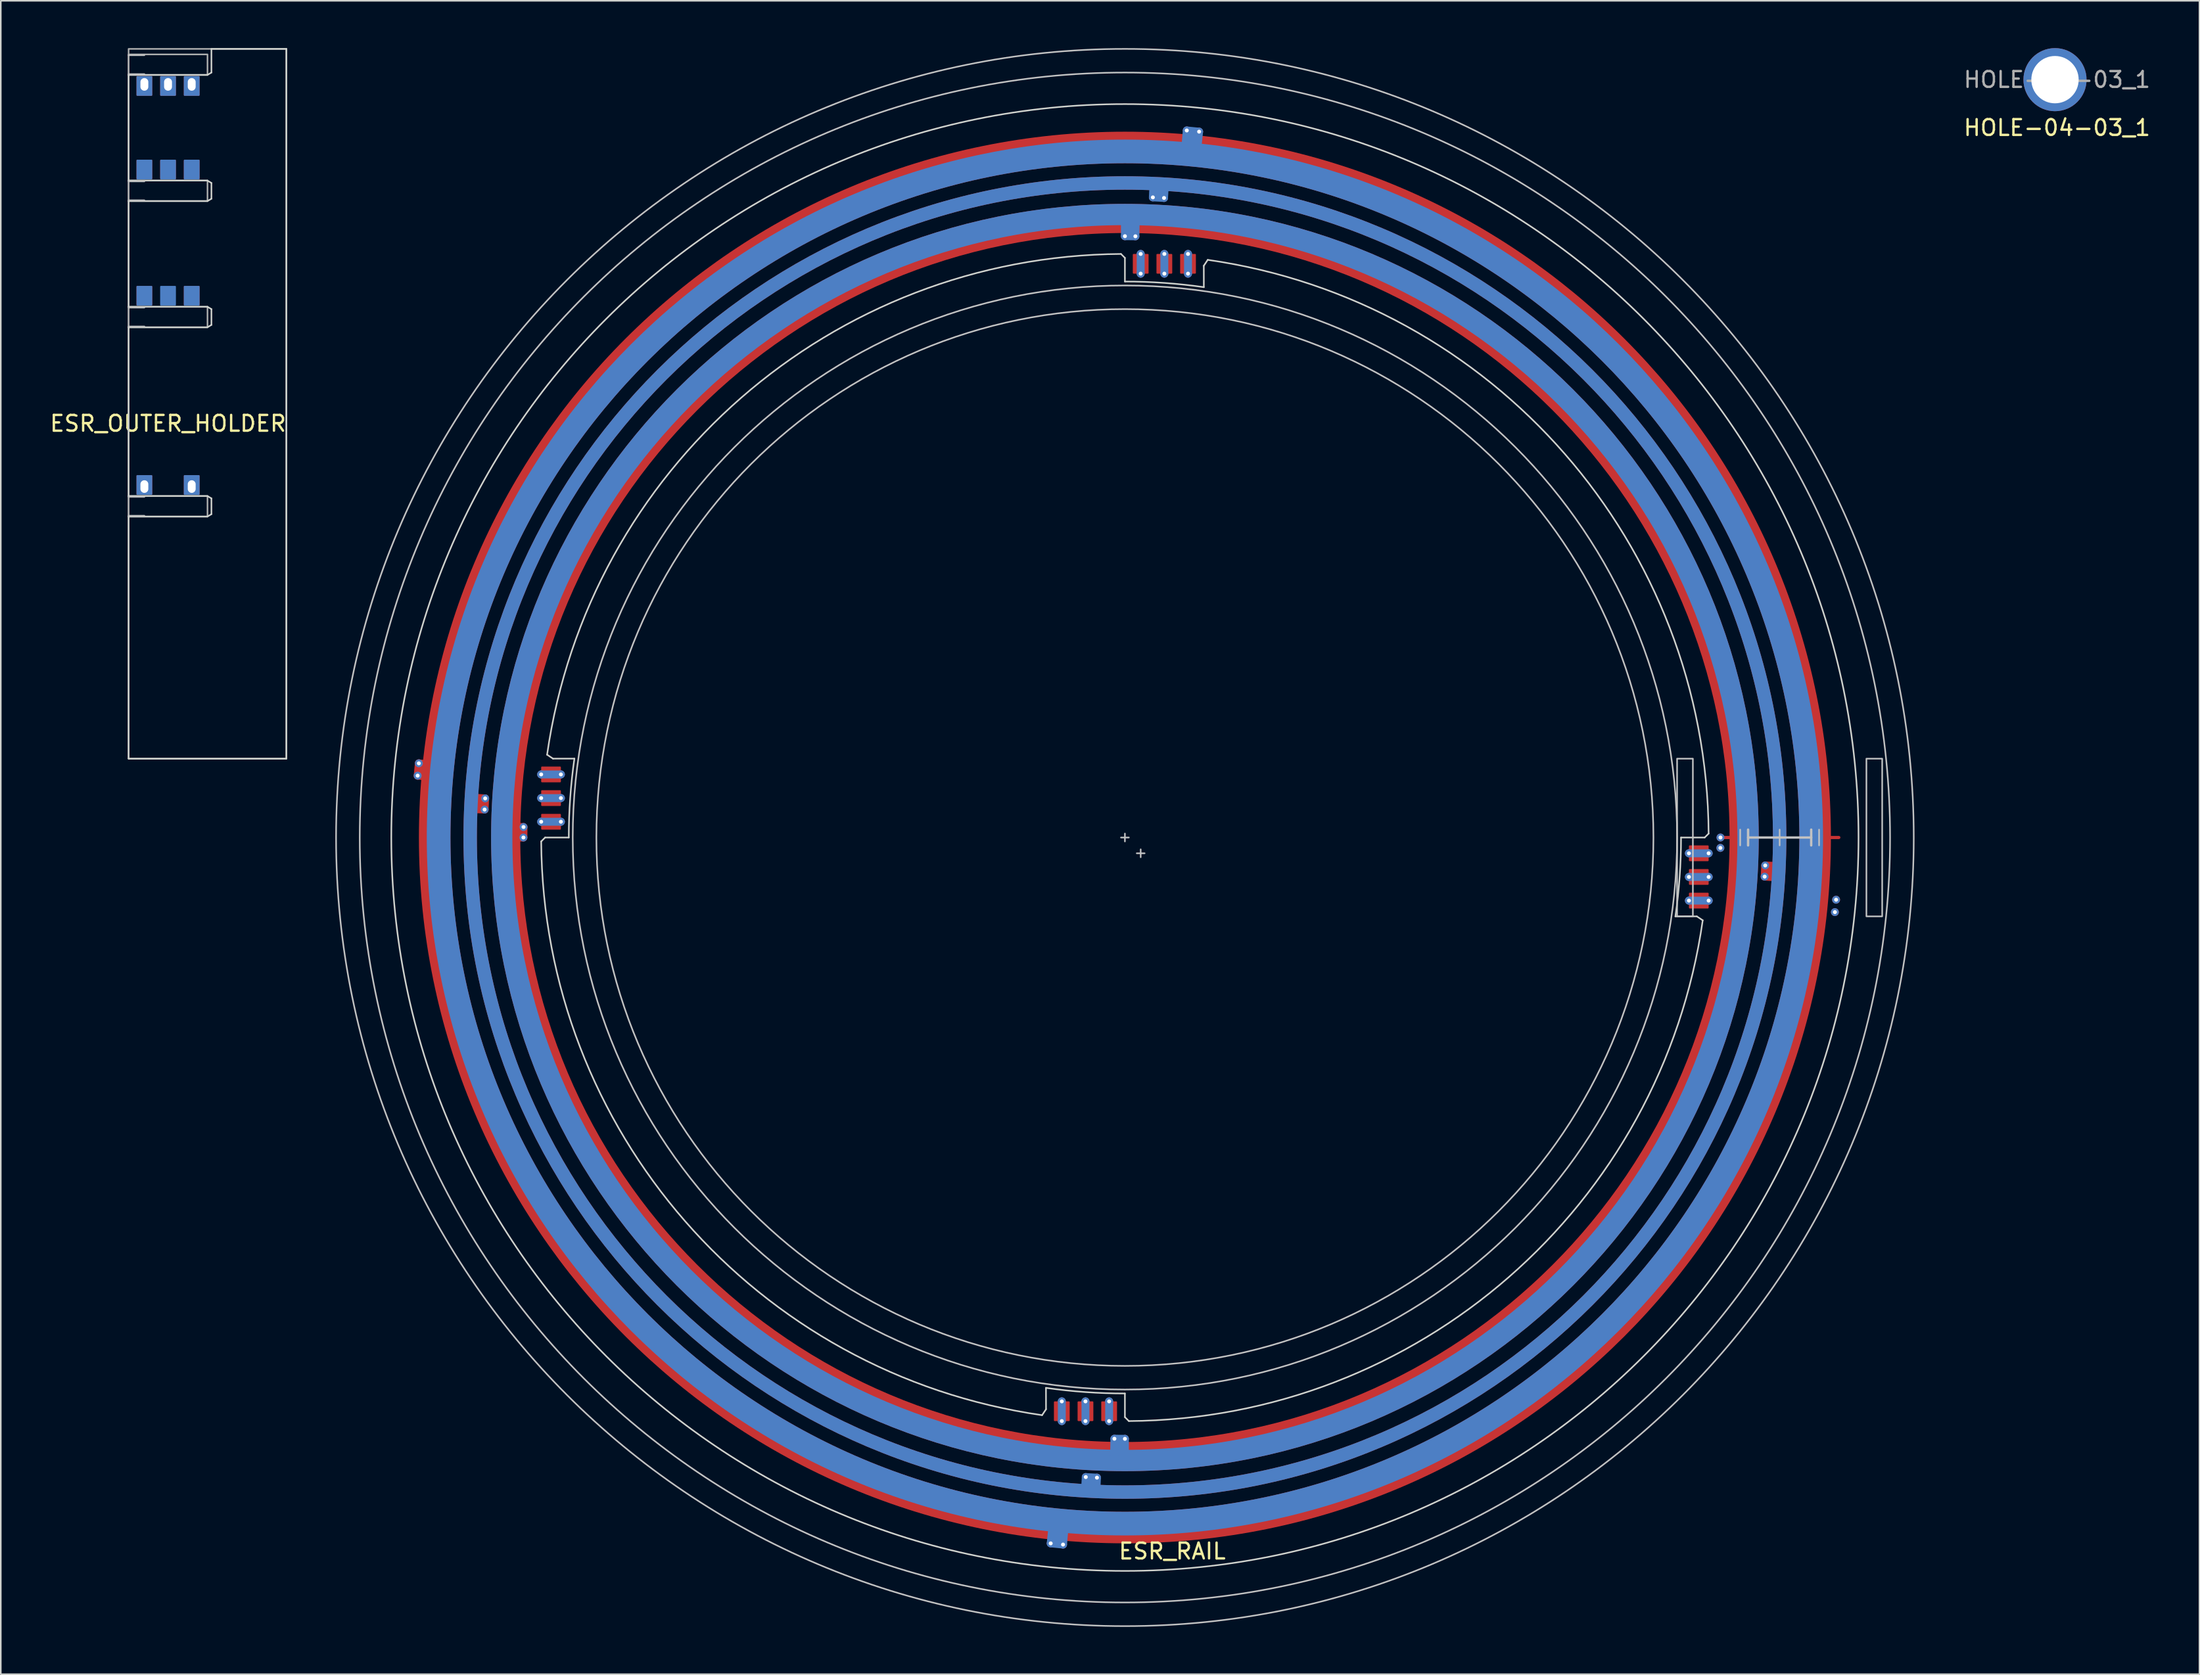
<source format=kicad_pcb>
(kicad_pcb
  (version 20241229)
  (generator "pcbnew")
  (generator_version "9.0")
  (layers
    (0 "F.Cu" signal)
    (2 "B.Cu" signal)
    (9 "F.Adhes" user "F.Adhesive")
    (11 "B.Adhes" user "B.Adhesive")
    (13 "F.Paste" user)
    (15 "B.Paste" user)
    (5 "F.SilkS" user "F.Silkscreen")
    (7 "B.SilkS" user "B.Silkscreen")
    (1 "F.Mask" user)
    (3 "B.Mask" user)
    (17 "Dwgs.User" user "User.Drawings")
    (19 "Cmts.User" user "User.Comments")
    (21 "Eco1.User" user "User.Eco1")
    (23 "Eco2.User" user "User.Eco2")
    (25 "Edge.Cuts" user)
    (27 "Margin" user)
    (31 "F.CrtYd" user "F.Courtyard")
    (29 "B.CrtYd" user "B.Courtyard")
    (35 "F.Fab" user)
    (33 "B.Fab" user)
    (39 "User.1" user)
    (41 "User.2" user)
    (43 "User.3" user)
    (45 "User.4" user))
  (footprint "HOLE-04-03_1"
    (layer "F.Cu")
    (at 127.332 2)
    (property "Reference" "HOLE-04-03_1" (at 0 3.048 0) (unlocked yes) (layer "F.SilkS") (effects (font (size 1 1) (thickness 0.15))))
    (attr smd)
    (fp_line (start -0.254 0) (end 0.254 0) (stroke (width 0.1) (type solid)) (layer "Dwgs.User"))
    (fp_line (start 0 -0.254) (end 0 0.254) (stroke (width 0.1) (type solid)) (layer "Dwgs.User"))
    (fp_text user "${REFERENCE}" (at 0 0 0) (unlocked yes) (layer "F.Fab") (effects (font (size 1 1) (thickness 0.15))))
    (pad "1" thru_hole circle (at -0.127 0) (size 4 4) (drill 3) (layers "*.Cu" "*.Mask")))
  (footprint "ESR_RAIL"
    (layer "F.Cu")
    (at 68.252 50.05)
    (property "Reference" "ESR_RAIL" (at 3 45.25 0) (unlocked yes) (layer "F.SilkS") (effects (font (size 1 1) (thickness 0.15))))
    (attr through_hole)
    (fp_line (start 37.75 0) (end 39.25 0) (stroke (width 0.2) (type solid)) (layer "F.Cu"))
    (fp_line (start 45.25 0) (end 43.75 0) (stroke (width 0.2) (type solid)) (layer "F.Cu"))
    (fp_circle (center 0 0) (end 39.25 0) (stroke (width 1.85) (type solid)) (fill no) (layer "F.Cu"))
    (fp_circle (center 0 0) (end 41.5 0) (stroke (width 0.85) (type solid)) (fill no) (layer "F.Cu"))
    (fp_circle (center 0 0) (end 43.75 0) (stroke (width 2) (type solid)) (fill no) (layer "F.Cu"))
    (fp_poly (pts (xy -44.829 -3.922) (xy -44.753 -4.704) (xy -43.262 -4.547) (xy -43.334 -3.791)) (stroke (width 0.5) (type solid)) (fill yes) (layer "F.Cu"))
    (fp_poly (pts (xy -41.461 -1.81) (xy -41.423 -2.534) (xy -40.549 -2.48) (xy -40.586 -1.772)) (stroke (width 0.5) (type solid)) (fill yes) (layer "F.Cu"))
    (fp_poly (pts (xy -39.494 -0.689) (xy -38.119 -0.665) (xy -38.125 0) (xy -39.5 0)) (stroke (width 0.5) (type solid)) (fill yes) (layer "F.Cu"))
    (fp_poly (pts (xy 41.461 1.81) (xy 41.423 2.534) (xy 40.549 2.48) (xy 40.586 1.772)) (stroke (width 0.5) (type solid)) (fill yes) (layer "F.Cu"))
    (fp_circle (center 0 0) (end 39.5 0) (stroke (width 1.35) (type solid)) (fill no) (layer "F.Mask"))
    (fp_circle (center 0 0) (end 41.5 0) (stroke (width 0.85) (type solid)) (fill no) (layer "F.Mask"))
    (fp_circle (center 0 0) (end 43.5 0) (stroke (width 1.5) (type solid)) (fill no) (layer "F.Mask"))
    (fp_line (start -35.75 -4) (end -37 -4) (stroke (width 0.5) (type solid)) (layer "B.Cu"))
    (fp_line (start -35.75 -2.5) (end -37 -2.5) (stroke (width 0.5) (type solid)) (layer "B.Cu"))
    (fp_line (start -35.75 -1) (end -37 -1) (stroke (width 0.5) (type solid)) (layer "B.Cu"))
    (fp_line (start -4 35.75) (end -4 37) (stroke (width 0.5) (type solid)) (layer "B.Cu"))
    (fp_line (start -2.5 35.75) (end -2.5 37) (stroke (width 0.5) (type solid)) (layer "B.Cu"))
    (fp_line (start -1 35.75) (end -1 37) (stroke (width 0.5) (type solid)) (layer "B.Cu"))
    (fp_line (start 1 -35.75) (end 1 -37) (stroke (width 0.5) (type solid)) (layer "B.Cu"))
    (fp_line (start 2.5 -35.75) (end 2.5 -37) (stroke (width 0.5) (type solid)) (layer "B.Cu"))
    (fp_line (start 4 -35.75) (end 4 -37) (stroke (width 0.5) (type solid)) (layer "B.Cu"))
    (fp_line (start 35.75 1) (end 37 1) (stroke (width 0.5) (type solid)) (layer "B.Cu"))
    (fp_line (start 35.75 2.5) (end 37 2.5) (stroke (width 0.5) (type solid)) (layer "B.Cu"))
    (fp_line (start 35.75 4) (end 37 4) (stroke (width 0.5) (type solid)) (layer "B.Cu"))
    (fp_circle (center 0 0) (end 39.5 0) (stroke (width 1.35) (type solid)) (fill no) (layer "B.Cu"))
    (fp_circle (center 0 0) (end 41.5 0) (stroke (width 0.85) (type solid)) (fill no) (layer "B.Cu"))
    (fp_circle (center 0 0) (end 43.5 0) (stroke (width 1.5) (type solid)) (fill no) (layer "B.Cu"))
    (fp_poly (pts (xy -3.791 43.334) (xy -3.922 44.829) (xy -4.704 44.753) (xy -4.547 43.262)) (stroke (width 0.5) (type solid)) (fill yes) (layer "B.Cu"))
    (fp_poly (pts (xy -1.772 40.586) (xy -1.81 41.461) (xy -2.534 41.423) (xy -2.48 40.549)) (stroke (width 0.5) (type solid)) (fill yes) (layer "B.Cu"))
    (fp_poly (pts (xy 0 -38.125) (xy 0 -39.5) (xy 0.689 -39.494) (xy 0.665 -38.119)) (stroke (width 0.5) (type solid)) (fill yes) (layer "B.Cu"))
    (fp_poly (pts (xy 0 38.125) (xy 0 39.5) (xy -0.689 39.494) (xy -0.665 38.119)) (stroke (width 0.5) (type solid)) (fill yes) (layer "B.Cu"))
    (fp_poly (pts (xy 1.772 -40.586) (xy 1.81 -41.461) (xy 2.534 -41.423) (xy 2.48 -40.549)) (stroke (width 0.5) (type solid)) (fill yes) (layer "B.Cu"))
    (fp_poly (pts (xy 3.791 -43.334) (xy 3.922 -44.829) (xy 4.704 -44.753) (xy 4.547 -43.262)) (stroke (width 0.5) (type solid)) (fill yes) (layer "B.Cu"))
    (fp_circle (center 0 0) (end 39.5 0) (stroke (width 1.35) (type solid)) (fill no) (layer "B.Mask"))
    (fp_circle (center 0 0) (end 41.5 0) (stroke (width 0.85) (type solid)) (fill no) (layer "B.Mask"))
    (fp_circle (center 0 0) (end 43.5 0) (stroke (width 1.5) (type solid)) (fill no) (layer "B.Mask"))
    (fp_line (start -0.25 0) (end 0.25 0) (stroke (width 0.1) (type solid)) (layer "Dwgs.User"))
    (fp_line (start 0 0.25) (end 0 -0.25) (stroke (width 0.1) (type solid)) (layer "Dwgs.User"))
    (fp_line (start 0.75 1) (end 1.25 1) (stroke (width 0.1) (type solid)) (layer "Dwgs.User"))
    (fp_line (start 1 1.25) (end 1 0.75) (stroke (width 0.1) (type solid)) (layer "Dwgs.User"))
    (fp_line (start 39 -0.5) (end 39 0.5) (stroke (width 0.1) (type solid)) (layer "Dwgs.User"))
    (fp_line (start 39.5 -0.5) (end 39.5 0.5) (stroke (width 0.15) (type solid)) (layer "Dwgs.User"))
    (fp_line (start 39.5 0) (end 43.5 0) (stroke (width 0.15) (type solid)) (layer "Dwgs.User"))
    (fp_line (start 41.5 -0.5) (end 41.5 0.5) (stroke (width 0.1) (type solid)) (layer "Dwgs.User"))
    (fp_line (start 43.5 -0.5) (end 43.5 0.5) (stroke (width 0.15) (type solid)) (layer "Dwgs.User"))
    (fp_line (start 44 -0.5) (end 44 0.5) (stroke (width 0.1) (type solid)) (layer "Dwgs.User"))
    (fp_rect (start 35 -5) (end 36 5) (stroke (width 0.1) (type solid)) (fill no) (layer "Dwgs.User"))
    (fp_rect (start 47 -5) (end 48 5) (stroke (width 0.1) (type solid)) (fill no) (layer "Dwgs.User"))
    (fp_circle (center 0 0) (end 33.5 0) (stroke (width 0.1) (type solid)) (fill no) (layer "Dwgs.User"))
    (fp_circle (center 0 0) (end 35 0) (stroke (width 0.1) (type solid)) (fill no) (layer "Dwgs.User"))
    (fp_circle (center 0 0) (end 48.5 0) (stroke (width 0.1) (type solid)) (fill no) (layer "Dwgs.User"))
    (fp_circle (center 0 0) (end 50 0) (stroke (width 0.1) (type solid)) (fill no) (layer "Dwgs.User"))
    (fp_line (start -37 0.25) (end -36.75 0) (stroke (width 0.1) (type solid)) (layer "Edge.Cuts"))
    (fp_line (start -36.75 0) (end -35.25 0) (stroke (width 0.1) (type solid)) (layer "Edge.Cuts"))
    (fp_line (start -36.625 -5.25) (end -36.25 -5) (stroke (width 0.1) (type solid)) (layer "Edge.Cuts"))
    (fp_line (start -36.25 -5) (end -34.893 -5.003) (stroke (width 0.1) (type solid)) (layer "Edge.Cuts"))
    (fp_line (start -5.25 36.625) (end -5 36.25) (stroke (width 0.1) (type solid)) (layer "Edge.Cuts"))
    (fp_line (start -5 36.25) (end -5.003 34.893) (stroke (width 0.1) (type solid)) (layer "Edge.Cuts"))
    (fp_line (start -0.25 -37) (end 0 -36.75) (stroke (width 0.1) (type solid)) (layer "Edge.Cuts"))
    (fp_line (start 0 -36.75) (end 0 -35.25) (stroke (width 0.1) (type solid)) (layer "Edge.Cuts"))
    (fp_line (start 0 36.75) (end 0 35.25) (stroke (width 0.1) (type solid)) (layer "Edge.Cuts"))
    (fp_line (start 0.25 37) (end 0 36.75) (stroke (width 0.1) (type solid)) (layer "Edge.Cuts"))
    (fp_line (start 5 -36.25) (end 5.003 -34.893) (stroke (width 0.1) (type solid)) (layer "Edge.Cuts"))
    (fp_line (start 5.25 -36.625) (end 5 -36.25) (stroke (width 0.1) (type solid)) (layer "Edge.Cuts"))
    (fp_line (start 36.25 5) (end 34.893 5.003) (stroke (width 0.1) (type solid)) (layer "Edge.Cuts"))
    (fp_line (start 36.625 5.25) (end 36.25 5) (stroke (width 0.1) (type solid)) (layer "Edge.Cuts"))
    (fp_line (start 36.75 0) (end 35.25 0) (stroke (width 0.1) (type solid)) (layer "Edge.Cuts"))
    (fp_line (start 37 -0.25) (end 36.75 0) (stroke (width 0.1) (type solid)) (layer "Edge.Cuts"))
    (fp_arc (start -36.624998 -5.25) (mid -24.32968 -27.875072) (end -0.24999 -36.99852) (stroke (width 0.1) (type solid)) (layer "Edge.Cuts"))
    (fp_arc (start -35.25 0) (mid -35.160691 -2.507659) (end -34.893214 -5.002611) (stroke (width 0.1) (type solid)) (layer "Edge.Cuts"))
    (fp_arc (start -5.25 36.624998) (mid -27.875072 24.32968) (end -36.99852 0.24999) (stroke (width 0.1) (type solid)) (layer "Edge.Cuts"))
    (fp_arc (start 0 -35.25) (mid 2.507659 -35.160691) (end 5.002611 -34.893214) (stroke (width 0.1) (type solid)) (layer "Edge.Cuts"))
    (fp_arc (start 0 35.25) (mid -2.507659 35.160691) (end -5.002611 34.893214) (stroke (width 0.1) (type solid)) (layer "Edge.Cuts"))
    (fp_arc (start 5.25 -36.624998) (mid 27.875072 -24.32968) (end 36.99852 -0.24999) (stroke (width 0.1) (type solid)) (layer "Edge.Cuts"))
    (fp_arc (start 35.25 0) (mid 35.160691 2.507659) (end 34.893214 5.002611) (stroke (width 0.1) (type solid)) (layer "Edge.Cuts"))
    (fp_arc (start 36.624999 5.25) (mid 24.32968 27.875073) (end 0.24999 36.998521) (stroke (width 0.1) (type solid)) (layer "Edge.Cuts"))
    (fp_circle (center 0 0) (end 46.5 0) (stroke (width 0.1) (type solid)) (fill no) (layer "Edge.Cuts"))
    (pad "1" thru_hole circle (at 35.75 4 90) (size 0.5 0.5) (drill 0.25) (layers "*.Cu"))
    (pad "1" smd roundrect (at 36.375 4) (size 1.25 1) (layers "F.Cu" "F.Mask" "F.Paste") (roundrect_rratio 0.05))
    (pad "1" thru_hole circle (at 37 4 90) (size 0.5 0.5) (drill 0.25) (layers "*.Cu"))
    (pad "2" thru_hole circle (at 35.75 2.5 90) (size 0.5 0.5) (drill 0.25) (layers "*.Cu"))
    (pad "2" smd roundrect (at 36.375 2.5) (size 1.25 1) (layers "F.Cu" "F.Mask" "F.Paste") (roundrect_rratio 0.05))
    (pad "2" thru_hole circle (at 37 2.5 90) (size 0.5 0.5) (drill 0.25) (layers "*.Cu"))
    (pad "3" thru_hole circle (at 35.75 1 90) (size 0.5 0.5) (drill 0.25) (layers "*.Cu"))
    (pad "3" smd roundrect (at 36.375 1) (size 1.25 1) (layers "F.Cu" "F.Mask" "F.Paste") (roundrect_rratio 0.05))
    (pad "3" thru_hole circle (at 37 1 90) (size 0.5 0.5) (drill 0.25) (layers "*.Cu"))
    (pad "4" thru_hole circle (at 4 -37 180) (size 0.5 0.5) (drill 0.25) (layers "*.Cu"))
    (pad "4" smd roundrect (at 4 -36.375 90) (size 1.25 1) (layers "F.Cu" "F.Mask" "F.Paste") (roundrect_rratio 0.05))
    (pad "4" thru_hole circle (at 4 -35.75 180) (size 0.5 0.5) (drill 0.25) (layers "*.Cu"))
    (pad "5" thru_hole circle (at 2.5 -37 180) (size 0.5 0.5) (drill 0.25) (layers "*.Cu"))
    (pad "5" smd roundrect (at 2.5 -36.375 90) (size 1.25 1) (layers "F.Cu" "F.Mask" "F.Paste") (roundrect_rratio 0.05))
    (pad "5" thru_hole circle (at 2.5 -35.75 180) (size 0.5 0.5) (drill 0.25) (layers "*.Cu"))
    (pad "6" thru_hole circle (at 1 -37 180) (size 0.5 0.5) (drill 0.25) (layers "*.Cu"))
    (pad "6" smd roundrect (at 1 -36.375 90) (size 1.25 1) (layers "F.Cu" "F.Mask" "F.Paste") (roundrect_rratio 0.05))
    (pad "6" thru_hole circle (at 1 -35.75 180) (size 0.5 0.5) (drill 0.25) (layers "*.Cu"))
    (pad "7" thru_hole circle (at -37 -4 90) (size 0.5 0.5) (drill 0.25) (layers "*.Cu"))
    (pad "7" smd roundrect (at -36.375 -4) (size 1.25 1) (layers "F.Cu" "F.Mask" "F.Paste") (roundrect_rratio 0.05))
    (pad "7" thru_hole circle (at -35.75 -4 90) (size 0.5 0.5) (drill 0.25) (layers "*.Cu"))
    (pad "8" thru_hole circle (at -37 -2.5 90) (size 0.5 0.5) (drill 0.25) (layers "*.Cu"))
    (pad "8" smd roundrect (at -36.375 -2.5) (size 1.25 1) (layers "F.Cu" "F.Mask" "F.Paste") (roundrect_rratio 0.05))
    (pad "8" thru_hole circle (at -35.75 -2.5 90) (size 0.5 0.5) (drill 0.25) (layers "*.Cu"))
    (pad "9" thru_hole circle (at -37 -1 90) (size 0.5 0.5) (drill 0.25) (layers "*.Cu"))
    (pad "9" smd roundrect (at -36.375 -1) (size 1.25 1) (layers "F.Cu" "F.Mask" "F.Paste") (roundrect_rratio 0.05))
    (pad "9" thru_hole circle (at -35.75 -1 90) (size 0.5 0.5) (drill 0.25) (layers "*.Cu"))
    (pad "10" thru_hole circle (at -4 35.75 180) (size 0.5 0.5) (drill 0.25) (layers "*.Cu"))
    (pad "10" smd roundrect (at -4 36.375 90) (size 1.25 1) (layers "F.Cu" "F.Mask" "F.Paste") (roundrect_rratio 0.05))
    (pad "10" thru_hole circle (at -4 37 180) (size 0.5 0.5) (drill 0.25) (layers "*.Cu"))
    (pad "11" thru_hole circle (at -2.5 35.75 180) (size 0.5 0.5) (drill 0.25) (layers "*.Cu"))
    (pad "11" smd roundrect (at -2.5 36.375 90) (size 1.25 1) (layers "F.Cu" "F.Mask" "F.Paste") (roundrect_rratio 0.05))
    (pad "11" thru_hole circle (at -2.5 37 180) (size 0.5 0.5) (drill 0.25) (layers "*.Cu"))
    (pad "12" thru_hole circle (at -1 35.75 180) (size 0.5 0.5) (drill 0.25) (layers "*.Cu"))
    (pad "12" smd roundrect (at -1 36.375 90) (size 1.25 1) (layers "F.Cu" "F.Mask" "F.Paste") (roundrect_rratio 0.05))
    (pad "12" thru_hole circle (at -1 37 180) (size 0.5 0.5) (drill 0.25) (layers "*.Cu"))
    (pad "A" thru_hole circle (at -38.125 0) (size 0.5 0.5) (drill 0.25) (layers "*.Cu"))
    (pad "A" thru_hole circle (at -38.119 -0.665 359) (size 0.5 0.5) (drill 0.25) (layers "*.Cu"))
    (pad "A" thru_hole circle (at 37.744 0.659 359) (size 0.5 0.5) (drill 0.25) (layers "*.Cu"))
    (pad "A" thru_hole circle (at 37.75 0) (size 0.5 0.5) (drill 0.25) (layers "*.Cu"))
    (pad "B" thru_hole circle (at -0.665 38.119 359) (size 0.5 0.5) (drill 0.25) (layers "*.Cu"))
    (pad "B" thru_hole circle (at 0 -38.125) (size 0.5 0.5) (drill 0.25) (layers "*.Cu"))
    (pad "B" thru_hole circle (at 0 38.125) (size 0.5 0.5) (drill 0.25) (layers "*.Cu"))
    (pad "B" thru_hole circle (at 0.665 -38.119 359) (size 0.5 0.5) (drill 0.25) (layers "*.Cu"))
    (pad "C" thru_hole circle (at -40.586 -1.772 357.5) (size 0.5 0.5) (drill 0.25) (layers "*.Cu"))
    (pad "C" thru_hole circle (at -40.549 -2.48 356.5) (size 0.5 0.5) (drill 0.25) (layers "*.Cu"))
    (pad "C" thru_hole circle (at 40.549 2.48 356.5) (size 0.5 0.5) (drill 0.25) (layers "*.Cu"))
    (pad "C" thru_hole circle (at 40.586 1.772 357.5) (size 0.5 0.5) (drill 0.25) (layers "*.Cu"))
    (pad "D" thru_hole circle (at -2.48 40.549 356.5) (size 0.5 0.5) (drill 0.25) (layers "*.Cu"))
    (pad "D" thru_hole circle (at -1.772 40.586 357.5) (size 0.5 0.5) (drill 0.25) (layers "*.Cu"))
    (pad "D" thru_hole circle (at 1.772 -40.586 357.5) (size 0.5 0.5) (drill 0.25) (layers "*.Cu"))
    (pad "D" thru_hole circle (at 2.48 -40.549 356.5) (size 0.5 0.5) (drill 0.25) (layers "*.Cu"))
    (pad "E" thru_hole circle (at -44.829 -3.922 355) (size 0.5 0.5) (drill 0.25) (layers "*.Cu"))
    (pad "E" thru_hole circle (at -44.753 -4.704 354) (size 0.5 0.5) (drill 0.25) (layers "*.Cu"))
    (pad "E" thru_hole circle (at 45.002 4.73 354) (size 0.5 0.5) (drill 0.25) (layers "*.Cu"))
    (pad "E" thru_hole circle (at 45.078 3.944 355) (size 0.5 0.5) (drill 0.25) (layers "*.Cu"))
    (pad "F" thru_hole circle (at -4.704 44.753 354) (size 0.5 0.5) (drill 0.25) (layers "*.Cu"))
    (pad "F" thru_hole circle (at -3.922 44.829 355) (size 0.5 0.5) (drill 0.25) (layers "*.Cu"))
    (pad "F" thru_hole circle (at 3.922 -44.829 355) (size 0.5 0.5) (drill 0.25) (layers "*.Cu"))
    (pad "F" thru_hole circle (at 4.704 -44.753 354) (size 0.5 0.5) (drill 0.25) (layers "*.Cu")))
  (footprint "ESR_OUTER_HOLDER"
    (layer "F.Cu")
    (at 10.101 30.05)
    (property "Reference" "ESR_OUTER_HOLDER" (at -2.5 -6.25 0) (unlocked yes) (layer "F.SilkS") (effects (font (size 1 1) (thickness 0.15))))
    (attr through_hole)
    (fp_line (start -5 -29.6) (end -4 -29.6) (stroke (width 0.1) (type solid)) (layer "Dwgs.User"))
    (fp_line (start -5 -28.4) (end -4 -28.4) (stroke (width 0.1) (type solid)) (layer "Dwgs.User"))
    (fp_line (start -5 -21.6) (end -4 -21.6) (stroke (width 0.1) (type solid)) (layer "Dwgs.User"))
    (fp_line (start -5 -20.4) (end -4 -20.4) (stroke (width 0.1) (type solid)) (layer "Dwgs.User"))
    (fp_line (start -5 -13.6) (end -4 -13.6) (stroke (width 0.1) (type solid)) (layer "Dwgs.User"))
    (fp_line (start -5 -12.4) (end -4 -12.4) (stroke (width 0.1) (type solid)) (layer "Dwgs.User"))
    (fp_line (start -5 -1.6) (end -4 -1.6) (stroke (width 0.1) (type solid)) (layer "Dwgs.User"))
    (fp_line (start -5 -0.4) (end -4 -0.4) (stroke (width 0.1) (type solid)) (layer "Dwgs.User"))
    (fp_line (start -5 -21.65) (end -5 -28.35) (stroke (width 0.1) (type solid)) (layer "Edge.Cuts"))
    (fp_line (start -5 -21.65) (end 0 -21.65) (stroke (width 0.1) (type solid)) (layer "Edge.Cuts"))
    (fp_line (start -5 -13.65) (end -5 -20.35) (stroke (width 0.1) (type solid)) (layer "Edge.Cuts"))
    (fp_line (start -5 -13.65) (end 0 -13.65) (stroke (width 0.1) (type solid)) (layer "Edge.Cuts"))
    (fp_line (start -5 -1.65) (end -5 -12.35) (stroke (width 0.1) (type solid)) (layer "Edge.Cuts"))
    (fp_line (start -5 -1.65) (end 0 -1.65) (stroke (width 0.1) (type solid)) (layer "Edge.Cuts"))
    (fp_line (start -5 -0.35) (end -5 15) (stroke (width 0.1) (type solid)) (layer "Edge.Cuts"))
    (fp_line (start -5 15) (end 5 15) (stroke (width 0.1) (type solid)) (layer "Edge.Cuts"))
    (fp_line (start 0 -28.35) (end -5 -28.35) (stroke (width 0.1) (type solid)) (layer "Edge.Cuts"))
    (fp_line (start 0 -20.35) (end -5 -20.35) (stroke (width 0.1) (type solid)) (layer "Edge.Cuts"))
    (fp_line (start 0 -12.35) (end -5 -12.35) (stroke (width 0.1) (type solid)) (layer "Edge.Cuts"))
    (fp_line (start 0 -0.35) (end -5 -0.35) (stroke (width 0.1) (type solid)) (layer "Edge.Cuts"))
    (fp_line (start 0.25 -30) (end 0.25 -28.5) (stroke (width 0.1) (type solid)) (layer "Edge.Cuts"))
    (fp_line (start 0.25 -28.5) (end 0 -28.35) (stroke (width 0.1) (type solid)) (layer "Edge.Cuts"))
    (fp_line (start 0.25 -21.5) (end 0 -21.65) (stroke (width 0.1) (type solid)) (layer "Edge.Cuts"))
    (fp_line (start 0.25 -21.5) (end 0.25 -20.5) (stroke (width 0.1) (type solid)) (layer "Edge.Cuts"))
    (fp_line (start 0.25 -20.5) (end 0 -20.35) (stroke (width 0.1) (type solid)) (layer "Edge.Cuts"))
    (fp_line (start 0.25 -13.5) (end 0 -13.65) (stroke (width 0.1) (type solid)) (layer "Edge.Cuts"))
    (fp_line (start 0.25 -13.5) (end 0.25 -12.5) (stroke (width 0.1) (type solid)) (layer "Edge.Cuts"))
    (fp_line (start 0.25 -12.5) (end 0 -12.35) (stroke (width 0.1) (type solid)) (layer "Edge.Cuts"))
    (fp_line (start 0.25 -1.5) (end 0 -1.65) (stroke (width 0.1) (type solid)) (layer "Edge.Cuts"))
    (fp_line (start 0.25 -1.5) (end 0.25 -0.5) (stroke (width 0.1) (type solid)) (layer "Edge.Cuts"))
    (fp_line (start 0.25 -0.5) (end 0 -0.35) (stroke (width 0.1) (type solid)) (layer "Edge.Cuts"))
    (fp_line (start 5 -30) (end 0.25 -30) (stroke (width 0.1) (type solid)) (layer "Edge.Cuts"))
    (fp_line (start 5 15) (end 5 -30) (stroke (width 0.1) (type solid)) (layer "Edge.Cuts"))
    (fp_rect (start -5 -29.65) (end 0 -28.35) (stroke (width 0.1) (type solid)) (fill no) (layer "F.Fab"))
    (fp_rect (start -5 -21.65) (end 0 -20.35) (stroke (width 0.1) (type solid)) (fill no) (layer "F.Fab"))
    (fp_rect (start -5 -13.65) (end 0 -12.35) (stroke (width 0.1) (type solid)) (fill no) (layer "F.Fab"))
    (fp_rect (start -5 -1.65) (end 0 -0.35) (stroke (width 0.1) (type solid)) (fill no) (layer "F.Fab"))
    (fp_rect (start -5 15) (end 5 -30) (stroke (width 0.1) (type solid)) (fill no) (layer "F.Fab"))
    (pad "*4" smd roundrect (at -1 -14.35 90) (size 1.25 1) (layers "B.Cu" "B.Mask" "B.Paste") (roundrect_rratio 0.05))
    (pad "*5" smd roundrect (at -2.5 -14.35 90) (size 1.25 1) (layers "B.Cu" "B.Mask" "B.Paste") (roundrect_rratio 0.05))
    (pad "*6" smd roundrect (at -4 -14.35 90) (size 1.25 1) (layers "B.Cu" "B.Mask" "B.Paste") (roundrect_rratio 0.05))
    (pad "*7" smd roundrect (at -1 -22.35 90) (size 1.25 1) (layers "B.Cu" "B.Mask" "B.Paste") (roundrect_rratio 0.05))
    (pad "*8" smd roundrect (at -2.5 -22.35 90) (size 1.25 1) (layers "B.Cu" "B.Mask" "B.Paste") (roundrect_rratio 0.05))
    (pad "*9" smd roundrect (at -4 -22.35 90) (size 1.25 1) (layers "B.Cu" "B.Mask" "B.Paste") (roundrect_rratio 0.05))
    (pad "1" thru_hole roundrect (at -1 -2.25 90) (size 1.25 1) (drill oval 0.8 0.5 (offset 0.1 0)) (layers "*.Cu" "*.Mask") (roundrect_rratio 0.05))
    (pad "3" thru_hole roundrect (at -4 -2.25 90) (size 1.25 1) (drill oval 0.8 0.5 (offset 0.1 0)) (layers "*.Cu" "*.Mask") (roundrect_rratio 0.05))
    (pad "4" smd roundrect (at -1 -14.35 90) (size 1.25 1) (layers "F.Cu" "F.Mask" "F.Paste") (roundrect_rratio 0.05))
    (pad "6" smd roundrect (at -4 -14.35 90) (size 1.25 1) (layers "F.Cu" "F.Mask" "F.Paste") (roundrect_rratio 0.05))
    (pad "7" smd roundrect (at -1 -22.35 90) (size 1.25 1) (layers "F.Cu" "F.Mask" "F.Paste") (roundrect_rratio 0.05))
    (pad "8" smd roundrect (at -2.5 -22.35 90) (size 1.25 1) (layers "F.Cu" "F.Mask" "F.Paste") (roundrect_rratio 0.05))
    (pad "9" smd roundrect (at -4 -22.35 90) (size 1.25 1) (layers "F.Cu" "F.Mask" "F.Paste") (roundrect_rratio 0.05))
    (pad "10" thru_hole roundrect (at -1 -27.75 90) (size 1.25 1) (drill oval 0.8 0.5 (offset -0.1 0)) (layers "*.Cu" "*.Mask") (roundrect_rratio 0.05))
    (pad "11" thru_hole roundrect (at -2.5 -27.75 90) (size 1.25 1) (drill oval 0.8 0.5 (offset -0.1 0)) (layers "*.Cu" "*.Mask") (roundrect_rratio 0.05))
    (pad "12" thru_hole roundrect (at -4 -27.75 90) (size 1.25 1) (drill oval 0.8 0.5 (offset -0.1 0)) (layers "*.Cu" "*.Mask") (roundrect_rratio 0.05)))
  (gr_rect
    (start -3 -3)
    (end 136.362 103.1)
    (stroke (width 0.1) (type default))
    (fill no)
    (layer "Edge.Cuts")))
</source>
